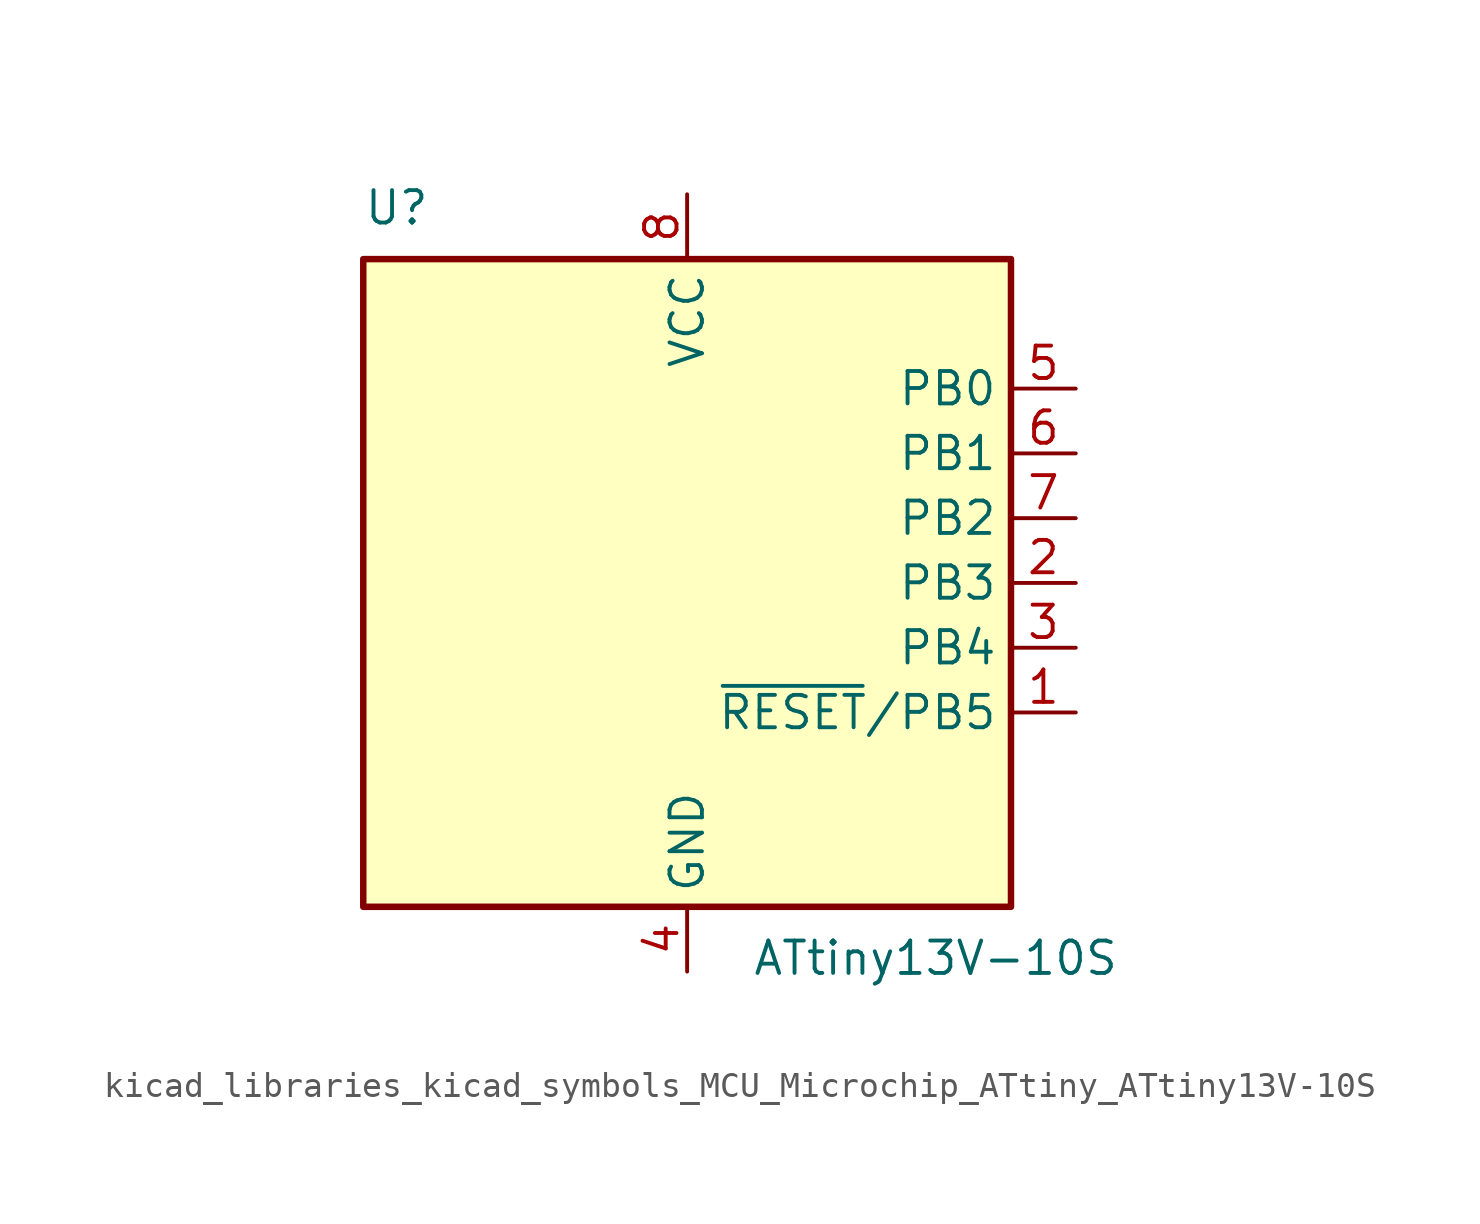
<source format=kicad_sym>
(kicad_symbol_lib
  (version 20220914)
  (generator kicad_symbol_editor)
  (symbol "kicad_libraries_kicad_symbols_MCU_Microchip_ATtiny_ATtiny13V-10S"
    (property "Reference" "U"
      (at -12.7 13.97 0)
      (effects (font (size 1.27 1.27)) (justify left bottom)))
    (property "Value" "ATtiny13V-10S"
      (at 2.54 -13.97 0)
      (effects (font (size 1.27 1.27)) (justify left top)))
    (symbol "kicad_libraries_kicad_symbols_MCU_Microchip_ATtiny_ATtiny13V-10S_0_1"
      (rectangle (start -12.7 -12.7) (end 12.7 12.7) (stroke (width 0.254) (type default)) (fill (type background))))
    (symbol "kicad_libraries_kicad_symbols_MCU_Microchip_ATtiny_ATtiny13V-10S_1_1"
      (pin bidirectional line (at 15.24 -5.08 180) (length 2.54) (name "~{RESET}/PB5" (effects (font (size 1.27 1.27)))) (number "1" (effects (font (size 1.27 1.27)))))
      (pin bidirectional line (at 15.24 0 180) (length 2.54) (name "PB3" (effects (font (size 1.27 1.27)))) (number "2" (effects (font (size 1.27 1.27)))))
      (pin bidirectional line (at 15.24 -2.54 180) (length 2.54) (name "PB4" (effects (font (size 1.27 1.27)))) (number "3" (effects (font (size 1.27 1.27)))))
      (pin power_in line (at 0 -15.24 90) (length 2.54) (name "GND" (effects (font (size 1.27 1.27)))) (number "4" (effects (font (size 1.27 1.27)))))
      (pin bidirectional line (at 15.24 7.62 180) (length 2.54) (name "PB0" (effects (font (size 1.27 1.27)))) (number "5" (effects (font (size 1.27 1.27)))))
      (pin bidirectional line (at 15.24 5.08 180) (length 2.54) (name "PB1" (effects (font (size 1.27 1.27)))) (number "6" (effects (font (size 1.27 1.27)))))
      (pin bidirectional line (at 15.24 2.54 180) (length 2.54) (name "PB2" (effects (font (size 1.27 1.27)))) (number "7" (effects (font (size 1.27 1.27)))))
      (pin power_in line (at 0 15.24 270) (length 2.54) (name "VCC" (effects (font (size 1.27 1.27)))) (number "8" (effects (font (size 1.27 1.27))))))))
</source>
